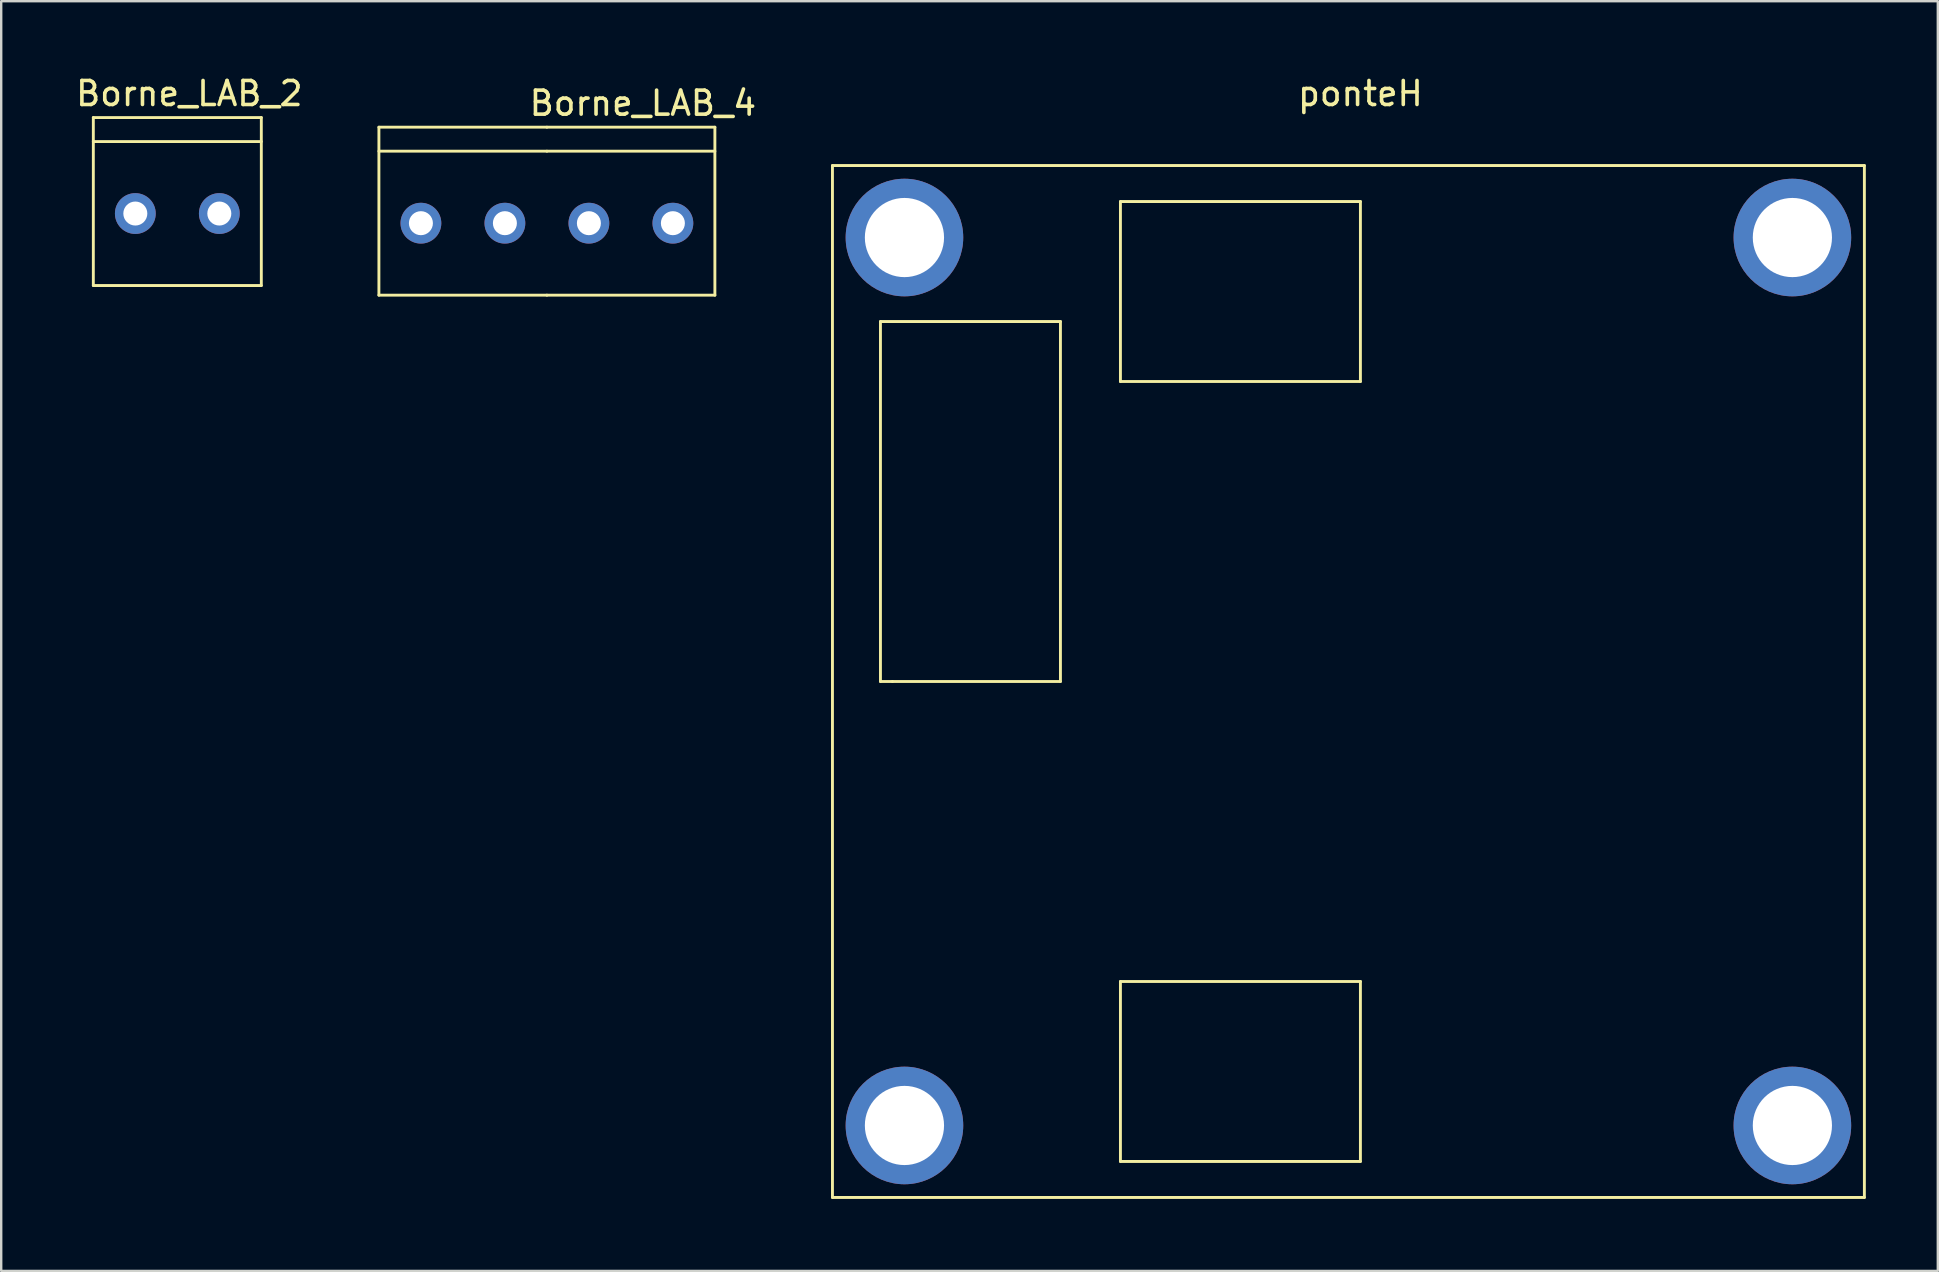
<source format=kicad_pcb>
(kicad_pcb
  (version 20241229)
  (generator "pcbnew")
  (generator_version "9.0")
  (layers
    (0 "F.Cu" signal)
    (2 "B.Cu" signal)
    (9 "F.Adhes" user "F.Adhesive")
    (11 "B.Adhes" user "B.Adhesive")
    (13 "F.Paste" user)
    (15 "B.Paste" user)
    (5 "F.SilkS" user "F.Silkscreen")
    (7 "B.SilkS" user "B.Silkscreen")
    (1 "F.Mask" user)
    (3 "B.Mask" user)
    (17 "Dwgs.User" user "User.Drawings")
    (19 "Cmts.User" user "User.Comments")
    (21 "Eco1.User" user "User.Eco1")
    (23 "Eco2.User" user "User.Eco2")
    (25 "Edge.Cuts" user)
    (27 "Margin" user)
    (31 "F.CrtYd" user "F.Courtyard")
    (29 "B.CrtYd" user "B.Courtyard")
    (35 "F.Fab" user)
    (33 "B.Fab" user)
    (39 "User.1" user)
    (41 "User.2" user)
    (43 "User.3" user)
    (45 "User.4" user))
  (footprint "ponteH"
    (layer "F.Cu")
    (at 53.638 0.348)
    (property "Reference" "ponteH" (at 0 0.5 0) (layer "F.SilkS") (effects (font (size 1 1) (thickness 0.15))))
    (attr through_hole)
    (fp_line (start -22 3.5) (end 21 3.5) (stroke (width 0.12) (type solid)) (layer "F.SilkS"))
    (fp_line (start -22 46.5) (end -22 3.5) (stroke (width 0.12) (type solid)) (layer "F.SilkS"))
    (fp_line (start -20 10) (end -12.5 10) (stroke (width 0.12) (type solid)) (layer "F.SilkS"))
    (fp_line (start -20 25) (end -20 10) (stroke (width 0.12) (type solid)) (layer "F.SilkS"))
    (fp_line (start -19.5 25) (end -20 25) (stroke (width 0.12) (type solid)) (layer "F.SilkS"))
    (fp_line (start -12.5 10) (end -12.5 25) (stroke (width 0.12) (type solid)) (layer "F.SilkS"))
    (fp_line (start -12.5 25) (end -19.5 25) (stroke (width 0.12) (type solid)) (layer "F.SilkS"))
    (fp_line (start -10 5) (end -10 12.5) (stroke (width 0.12) (type solid)) (layer "F.SilkS"))
    (fp_line (start -10 12.5) (end 0 12.5) (stroke (width 0.12) (type solid)) (layer "F.SilkS"))
    (fp_line (start -10 37.5) (end -10 45) (stroke (width 0.12) (type solid)) (layer "F.SilkS"))
    (fp_line (start -10 45) (end 0 45) (stroke (width 0.12) (type solid)) (layer "F.SilkS"))
    (fp_line (start 0 5) (end -10 5) (stroke (width 0.12) (type solid)) (layer "F.SilkS"))
    (fp_line (start 0 12.5) (end 0 5) (stroke (width 0.12) (type solid)) (layer "F.SilkS"))
    (fp_line (start 0 37.5) (end -10 37.5) (stroke (width 0.12) (type solid)) (layer "F.SilkS"))
    (fp_line (start 0 45) (end 0 37.5) (stroke (width 0.12) (type solid)) (layer "F.SilkS"))
    (fp_line (start 21 3.5) (end 21 46.5) (stroke (width 0.12) (type solid)) (layer "F.SilkS"))
    (fp_line (start 21 46.5) (end -22 46.5) (stroke (width 0.12) (type solid)) (layer "F.SilkS"))
    (pad "1" thru_hole circle (at -19 6.5) (size 4.9 4.9) (drill 3.3) (layers "*.Cu" "*.Mask"))
    (pad "1" thru_hole circle (at -19 43.5) (size 4.9 4.9) (drill 3.3) (layers "*.Cu" "*.Mask"))
    (pad "1" thru_hole circle (at 18 6.5) (size 4.9 4.9) (drill 3.3) (layers "*.Cu" "*.Mask"))
    (pad "1" thru_hole circle (at 18 43.5) (size 4.9 4.9) (drill 3.3) (layers "*.Cu" "*.Mask")))
  (footprint "Borne_LAB_4"
    (layer "F.Cu")
    (at 19.739 0.25)
    (property "Reference" "Borne_LAB_4" (at 4 1 0) (layer "F.SilkS") (effects (font (size 1 1) (thickness 0.15))))
    (attr through_hole)
    (fp_line (start -7 2) (end 0 2) (stroke (width 0.12) (type solid)) (layer "F.SilkS"))
    (fp_line (start -7 3) (end 0 3) (stroke (width 0.12) (type solid)) (layer "F.SilkS"))
    (fp_line (start -7 9) (end -7 2) (stroke (width 0.12) (type solid)) (layer "F.SilkS"))
    (fp_line (start 0 2) (end 7 2) (stroke (width 0.12) (type solid)) (layer "F.SilkS"))
    (fp_line (start 0 3) (end 7 3) (stroke (width 0.12) (type solid)) (layer "F.SilkS"))
    (fp_line (start 0 9) (end -7 9) (stroke (width 0.12) (type solid)) (layer "F.SilkS"))
    (fp_line (start 7 2) (end 7 9) (stroke (width 0.12) (type solid)) (layer "F.SilkS"))
    (fp_line (start 7 9) (end 0 9) (stroke (width 0.12) (type solid)) (layer "F.SilkS"))
    (pad "1" thru_hole circle (at 5.25 6) (size 1.7 1.7) (drill 1) (layers "*.Cu" "*.Mask"))
    (pad "2" thru_hole circle (at 1.75 6) (size 1.7 1.7) (drill 1) (layers "*.Cu" "*.Mask"))
    (pad "3" thru_hole circle (at -1.75 6) (size 1.7 1.7) (drill 1) (layers "*.Cu" "*.Mask"))
    (pad "4" thru_hole circle (at -5.25 6) (size 1.7 1.7) (drill 1) (layers "*.Cu" "*.Mask")))
  (footprint "Borne_LAB_2"
    (layer "F.Cu")
    (at 4.339 0.348)
    (property "Reference" "Borne_LAB_2" (at 0.5 0.5 0) (layer "F.SilkS") (effects (font (size 1 1) (thickness 0.15))))
    (attr through_hole)
    (fp_line (start -3.5 1.5) (end 3.5 1.5) (stroke (width 0.12) (type solid)) (layer "F.SilkS"))
    (fp_line (start -3.5 2.5) (end 3.5 2.5) (stroke (width 0.12) (type solid)) (layer "F.SilkS"))
    (fp_line (start -3.5 8.5) (end -3.5 1.5) (stroke (width 0.12) (type solid)) (layer "F.SilkS"))
    (fp_line (start 3.5 1.5) (end 3.5 8.5) (stroke (width 0.12) (type solid)) (layer "F.SilkS"))
    (fp_line (start 3.5 8.5) (end -3.5 8.5) (stroke (width 0.12) (type solid)) (layer "F.SilkS"))
    (pad "1" thru_hole circle (at 1.75 5.5) (size 1.7 1.7) (drill 1) (layers "*.Cu" "*.Mask"))
    (pad "2" thru_hole circle (at -1.75 5.5) (size 1.7 1.7) (drill 1) (layers "*.Cu" "*.Mask")))
  (gr_rect
    (start -3 -3)
    (end 77.698 49.908)
    (stroke (width 0.1) (type default))
    (fill no)
    (layer "Edge.Cuts")))
</source>
